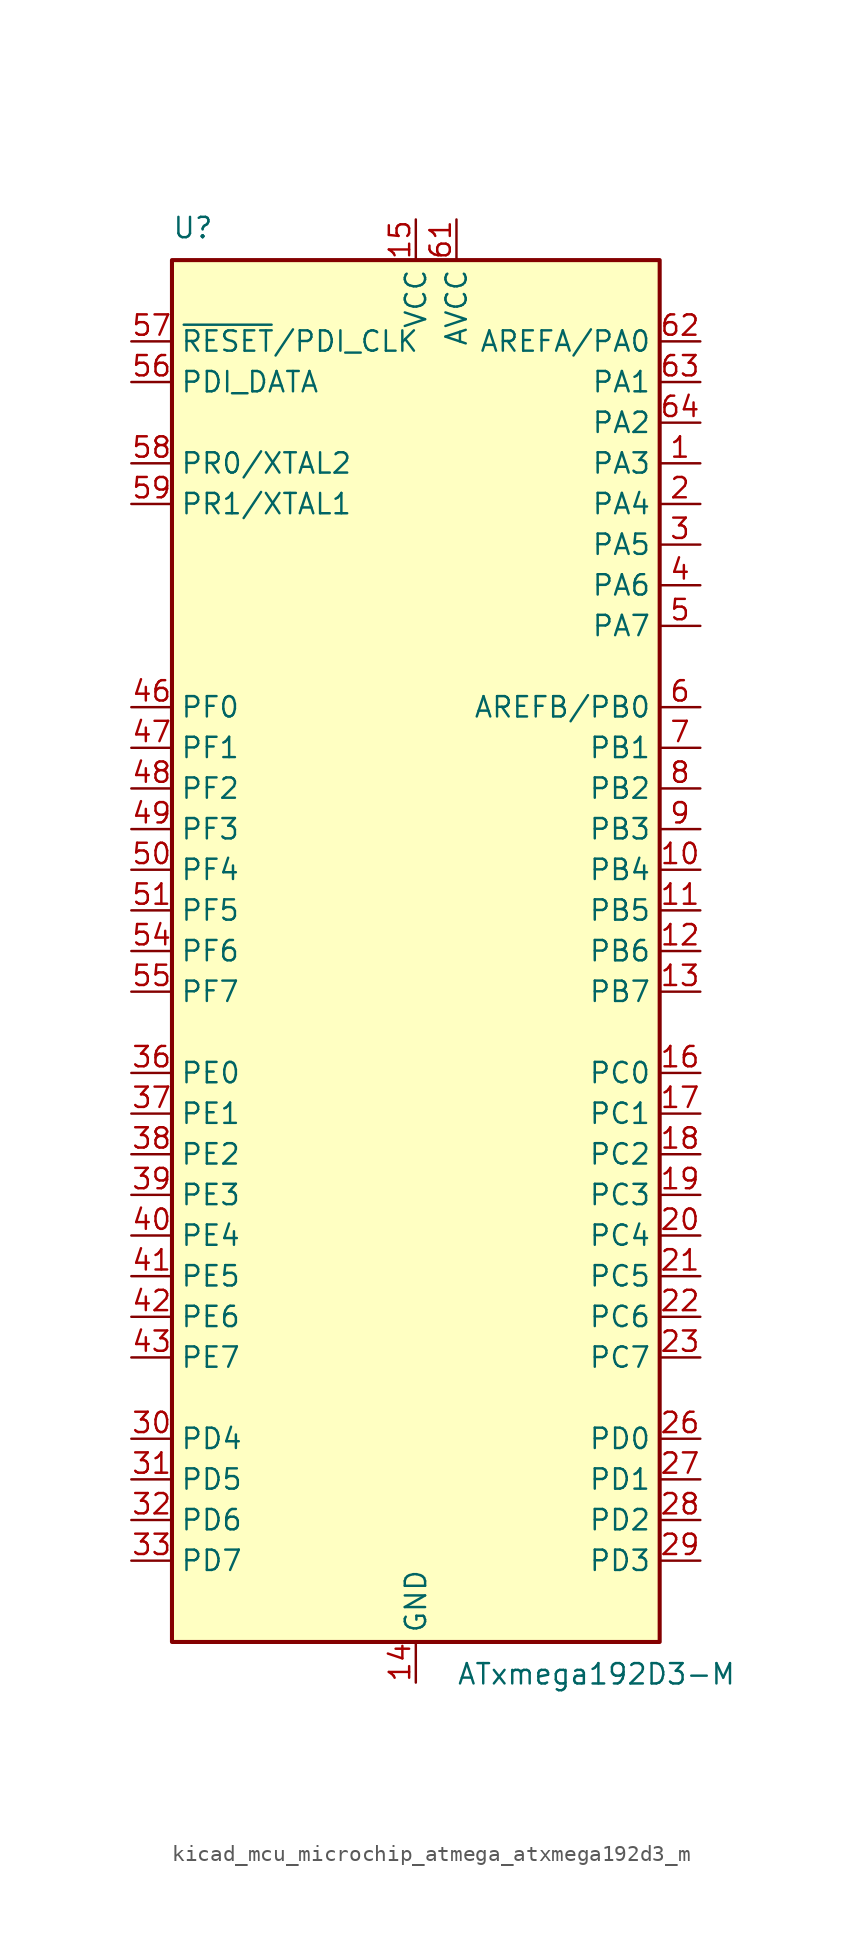
<source format=kicad_sym>
(kicad_symbol_lib
  (version 20220914)
  (generator kicad_symbol_editor)
  (symbol "kicad_mcu_microchip_atmega_atxmega192d3_m"
    (property "Reference" "U"
      (at -15.24 44.45 0)
      (effects (font (size 1.27 1.27)) (justify left bottom)))
    (property "Value" "ATxmega192D3-M"
      (at 2.54 -44.45 0)
      (effects (font (size 1.27 1.27)) (justify left top)))
    (symbol "kicad_mcu_microchip_atmega_atxmega192d3_m_0_1"
      (rectangle (start -15.24 -43.18) (end 15.24 43.18) (stroke (width 0.254) (type default)) (fill (type background))))
    (symbol "kicad_mcu_microchip_atmega_atxmega192d3_m_1_1"
      (pin bidirectional line (at 17.78 30.48 180) (length 2.54) (name "PA3" (effects (font (size 1.27 1.27)))) (number "1" (effects (font (size 1.27 1.27)))))
      (pin bidirectional line (at 17.78 5.08 180) (length 2.54) (name "PB4" (effects (font (size 1.27 1.27)))) (number "10" (effects (font (size 1.27 1.27)))))
      (pin bidirectional line (at 17.78 2.54 180) (length 2.54) (name "PB5" (effects (font (size 1.27 1.27)))) (number "11" (effects (font (size 1.27 1.27)))))
      (pin bidirectional line (at 17.78 0 180) (length 2.54) (name "PB6" (effects (font (size 1.27 1.27)))) (number "12" (effects (font (size 1.27 1.27)))))
      (pin bidirectional line (at 17.78 -2.54 180) (length 2.54) (name "PB7" (effects (font (size 1.27 1.27)))) (number "13" (effects (font (size 1.27 1.27)))))
      (pin power_in line (at 0 -45.72 90) (length 2.54) (name "GND" (effects (font (size 1.27 1.27)))) (number "14" (effects (font (size 1.27 1.27)))))
      (pin power_in line (at 0 45.72 270) (length 2.54) (name "VCC" (effects (font (size 1.27 1.27)))) (number "15" (effects (font (size 1.27 1.27)))))
      (pin bidirectional line (at 17.78 -7.62 180) (length 2.54) (name "PC0" (effects (font (size 1.27 1.27)))) (number "16" (effects (font (size 1.27 1.27)))))
      (pin bidirectional line (at 17.78 -10.16 180) (length 2.54) (name "PC1" (effects (font (size 1.27 1.27)))) (number "17" (effects (font (size 1.27 1.27)))))
      (pin bidirectional line (at 17.78 -12.7 180) (length 2.54) (name "PC2" (effects (font (size 1.27 1.27)))) (number "18" (effects (font (size 1.27 1.27)))))
      (pin bidirectional line (at 17.78 -15.24 180) (length 2.54) (name "PC3" (effects (font (size 1.27 1.27)))) (number "19" (effects (font (size 1.27 1.27)))))
      (pin bidirectional line (at 17.78 27.94 180) (length 2.54) (name "PA4" (effects (font (size 1.27 1.27)))) (number "2" (effects (font (size 1.27 1.27)))))
      (pin bidirectional line (at 17.78 -17.78 180) (length 2.54) (name "PC4" (effects (font (size 1.27 1.27)))) (number "20" (effects (font (size 1.27 1.27)))))
      (pin bidirectional line (at 17.78 -20.32 180) (length 2.54) (name "PC5" (effects (font (size 1.27 1.27)))) (number "21" (effects (font (size 1.27 1.27)))))
      (pin bidirectional line (at 17.78 -22.86 180) (length 2.54) (name "PC6" (effects (font (size 1.27 1.27)))) (number "22" (effects (font (size 1.27 1.27)))))
      (pin bidirectional line (at 17.78 -25.4 180) (length 2.54) (name "PC7" (effects (font (size 1.27 1.27)))) (number "23" (effects (font (size 1.27 1.27)))))
      (pin passive line (at 0 -45.72 90) (length 2.54) hide (name "GND" (effects (font (size 1.27 1.27)))) (number "24" (effects (font (size 1.27 1.27)))))
      (pin passive line (at 0 45.72 270) (length 2.54) hide (name "VCC" (effects (font (size 1.27 1.27)))) (number "25" (effects (font (size 1.27 1.27)))))
      (pin bidirectional line (at 17.78 -30.48 180) (length 2.54) (name "PD0" (effects (font (size 1.27 1.27)))) (number "26" (effects (font (size 1.27 1.27)))))
      (pin bidirectional line (at 17.78 -33.02 180) (length 2.54) (name "PD1" (effects (font (size 1.27 1.27)))) (number "27" (effects (font (size 1.27 1.27)))))
      (pin bidirectional line (at 17.78 -35.56 180) (length 2.54) (name "PD2" (effects (font (size 1.27 1.27)))) (number "28" (effects (font (size 1.27 1.27)))))
      (pin bidirectional line (at 17.78 -38.1 180) (length 2.54) (name "PD3" (effects (font (size 1.27 1.27)))) (number "29" (effects (font (size 1.27 1.27)))))
      (pin bidirectional line (at 17.78 25.4 180) (length 2.54) (name "PA5" (effects (font (size 1.27 1.27)))) (number "3" (effects (font (size 1.27 1.27)))))
      (pin bidirectional line (at -17.78 -30.48 0) (length 2.54) (name "PD4" (effects (font (size 1.27 1.27)))) (number "30" (effects (font (size 1.27 1.27)))))
      (pin bidirectional line (at -17.78 -33.02 0) (length 2.54) (name "PD5" (effects (font (size 1.27 1.27)))) (number "31" (effects (font (size 1.27 1.27)))))
      (pin bidirectional line (at -17.78 -35.56 0) (length 2.54) (name "PD6" (effects (font (size 1.27 1.27)))) (number "32" (effects (font (size 1.27 1.27)))))
      (pin bidirectional line (at -17.78 -38.1 0) (length 2.54) (name "PD7" (effects (font (size 1.27 1.27)))) (number "33" (effects (font (size 1.27 1.27)))))
      (pin passive line (at 0 -45.72 90) (length 2.54) hide (name "GND" (effects (font (size 1.27 1.27)))) (number "34" (effects (font (size 1.27 1.27)))))
      (pin passive line (at 0 45.72 270) (length 2.54) hide (name "VCC" (effects (font (size 1.27 1.27)))) (number "35" (effects (font (size 1.27 1.27)))))
      (pin bidirectional line (at -17.78 -7.62 0) (length 2.54) (name "PE0" (effects (font (size 1.27 1.27)))) (number "36" (effects (font (size 1.27 1.27)))))
      (pin bidirectional line (at -17.78 -10.16 0) (length 2.54) (name "PE1" (effects (font (size 1.27 1.27)))) (number "37" (effects (font (size 1.27 1.27)))))
      (pin bidirectional line (at -17.78 -12.7 0) (length 2.54) (name "PE2" (effects (font (size 1.27 1.27)))) (number "38" (effects (font (size 1.27 1.27)))))
      (pin bidirectional line (at -17.78 -15.24 0) (length 2.54) (name "PE3" (effects (font (size 1.27 1.27)))) (number "39" (effects (font (size 1.27 1.27)))))
      (pin bidirectional line (at 17.78 22.86 180) (length 2.54) (name "PA6" (effects (font (size 1.27 1.27)))) (number "4" (effects (font (size 1.27 1.27)))))
      (pin bidirectional line (at -17.78 -17.78 0) (length 2.54) (name "PE4" (effects (font (size 1.27 1.27)))) (number "40" (effects (font (size 1.27 1.27)))))
      (pin bidirectional line (at -17.78 -20.32 0) (length 2.54) (name "PE5" (effects (font (size 1.27 1.27)))) (number "41" (effects (font (size 1.27 1.27)))))
      (pin bidirectional line (at -17.78 -22.86 0) (length 2.54) (name "PE6" (effects (font (size 1.27 1.27)))) (number "42" (effects (font (size 1.27 1.27)))))
      (pin bidirectional line (at -17.78 -25.4 0) (length 2.54) (name "PE7" (effects (font (size 1.27 1.27)))) (number "43" (effects (font (size 1.27 1.27)))))
      (pin passive line (at 0 -45.72 90) (length 2.54) hide (name "GND" (effects (font (size 1.27 1.27)))) (number "44" (effects (font (size 1.27 1.27)))))
      (pin passive line (at 0 45.72 270) (length 2.54) hide (name "VCC" (effects (font (size 1.27 1.27)))) (number "45" (effects (font (size 1.27 1.27)))))
      (pin bidirectional line (at -17.78 15.24 0) (length 2.54) (name "PF0" (effects (font (size 1.27 1.27)))) (number "46" (effects (font (size 1.27 1.27)))))
      (pin bidirectional line (at -17.78 12.7 0) (length 2.54) (name "PF1" (effects (font (size 1.27 1.27)))) (number "47" (effects (font (size 1.27 1.27)))))
      (pin bidirectional line (at -17.78 10.16 0) (length 2.54) (name "PF2" (effects (font (size 1.27 1.27)))) (number "48" (effects (font (size 1.27 1.27)))))
      (pin bidirectional line (at -17.78 7.62 0) (length 2.54) (name "PF3" (effects (font (size 1.27 1.27)))) (number "49" (effects (font (size 1.27 1.27)))))
      (pin bidirectional line (at 17.78 20.32 180) (length 2.54) (name "PA7" (effects (font (size 1.27 1.27)))) (number "5" (effects (font (size 1.27 1.27)))))
      (pin bidirectional line (at -17.78 5.08 0) (length 2.54) (name "PF4" (effects (font (size 1.27 1.27)))) (number "50" (effects (font (size 1.27 1.27)))))
      (pin bidirectional line (at -17.78 2.54 0) (length 2.54) (name "PF5" (effects (font (size 1.27 1.27)))) (number "51" (effects (font (size 1.27 1.27)))))
      (pin passive line (at 0 -45.72 90) (length 2.54) hide (name "GND" (effects (font (size 1.27 1.27)))) (number "52" (effects (font (size 1.27 1.27)))))
      (pin passive line (at 0 45.72 270) (length 2.54) hide (name "VCC" (effects (font (size 1.27 1.27)))) (number "53" (effects (font (size 1.27 1.27)))))
      (pin bidirectional line (at -17.78 0 0) (length 2.54) (name "PF6" (effects (font (size 1.27 1.27)))) (number "54" (effects (font (size 1.27 1.27)))))
      (pin bidirectional line (at -17.78 -2.54 0) (length 2.54) (name "PF7" (effects (font (size 1.27 1.27)))) (number "55" (effects (font (size 1.27 1.27)))))
      (pin bidirectional line (at -17.78 35.56 0) (length 2.54) (name "PDI_DATA" (effects (font (size 1.27 1.27)))) (number "56" (effects (font (size 1.27 1.27)))))
      (pin input line (at -17.78 38.1 0) (length 2.54) (name "~{RESET}/PDI_CLK" (effects (font (size 1.27 1.27)))) (number "57" (effects (font (size 1.27 1.27)))))
      (pin bidirectional line (at -17.78 30.48 0) (length 2.54) (name "PR0/XTAL2" (effects (font (size 1.27 1.27)))) (number "58" (effects (font (size 1.27 1.27)))))
      (pin bidirectional line (at -17.78 27.94 0) (length 2.54) (name "PR1/XTAL1" (effects (font (size 1.27 1.27)))) (number "59" (effects (font (size 1.27 1.27)))))
      (pin bidirectional line (at 17.78 15.24 180) (length 2.54) (name "AREFB/PB0" (effects (font (size 1.27 1.27)))) (number "6" (effects (font (size 1.27 1.27)))))
      (pin passive line (at 0 -45.72 90) (length 2.54) hide (name "GND" (effects (font (size 1.27 1.27)))) (number "60" (effects (font (size 1.27 1.27)))))
      (pin power_in line (at 2.54 45.72 270) (length 2.54) (name "AVCC" (effects (font (size 1.27 1.27)))) (number "61" (effects (font (size 1.27 1.27)))))
      (pin bidirectional line (at 17.78 38.1 180) (length 2.54) (name "AREFA/PA0" (effects (font (size 1.27 1.27)))) (number "62" (effects (font (size 1.27 1.27)))))
      (pin bidirectional line (at 17.78 35.56 180) (length 2.54) (name "PA1" (effects (font (size 1.27 1.27)))) (number "63" (effects (font (size 1.27 1.27)))))
      (pin bidirectional line (at 17.78 33.02 180) (length 2.54) (name "PA2" (effects (font (size 1.27 1.27)))) (number "64" (effects (font (size 1.27 1.27)))))
      (pin passive line (at 0 -45.72 90) (length 2.54) hide (name "GND" (effects (font (size 1.27 1.27)))) (number "65" (effects (font (size 1.27 1.27)))))
      (pin bidirectional line (at 17.78 12.7 180) (length 2.54) (name "PB1" (effects (font (size 1.27 1.27)))) (number "7" (effects (font (size 1.27 1.27)))))
      (pin bidirectional line (at 17.78 10.16 180) (length 2.54) (name "PB2" (effects (font (size 1.27 1.27)))) (number "8" (effects (font (size 1.27 1.27)))))
      (pin bidirectional line (at 17.78 7.62 180) (length 2.54) (name "PB3" (effects (font (size 1.27 1.27)))) (number "9" (effects (font (size 1.27 1.27))))))))
</source>
